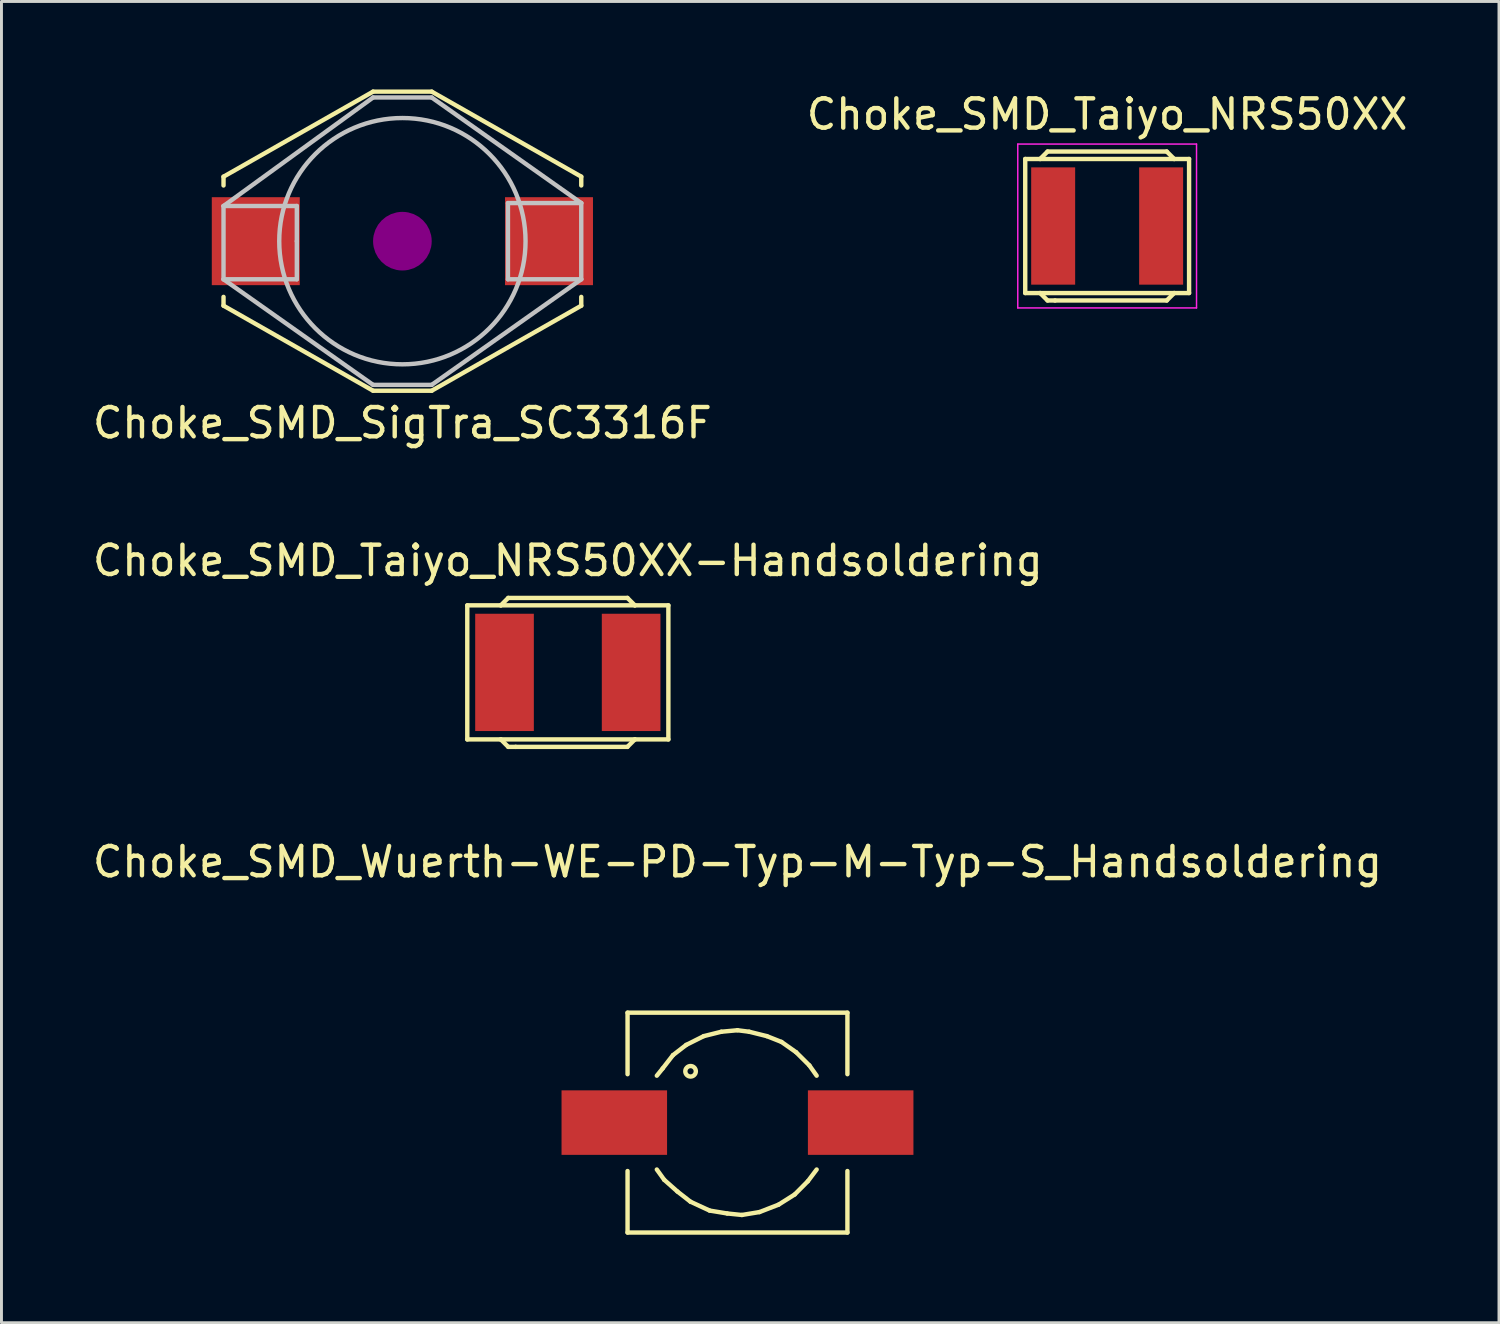
<source format=kicad_pcb>
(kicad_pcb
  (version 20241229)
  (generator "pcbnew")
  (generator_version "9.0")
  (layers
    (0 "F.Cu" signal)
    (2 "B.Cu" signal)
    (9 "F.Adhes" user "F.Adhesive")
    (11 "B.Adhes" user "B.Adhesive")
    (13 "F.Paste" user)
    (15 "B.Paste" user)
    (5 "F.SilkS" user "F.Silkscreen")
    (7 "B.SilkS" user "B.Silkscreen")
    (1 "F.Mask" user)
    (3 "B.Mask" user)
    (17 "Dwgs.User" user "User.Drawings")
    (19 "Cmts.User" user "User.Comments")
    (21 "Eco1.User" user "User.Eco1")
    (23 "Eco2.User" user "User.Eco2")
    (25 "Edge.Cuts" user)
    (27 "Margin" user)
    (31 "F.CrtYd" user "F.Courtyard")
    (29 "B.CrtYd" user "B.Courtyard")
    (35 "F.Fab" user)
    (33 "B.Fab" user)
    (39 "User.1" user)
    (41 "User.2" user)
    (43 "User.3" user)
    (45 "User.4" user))
  (footprint "Choke_SMD_Taiyo_NRS50XX"
    (layer "F.Cu")
    (at 34.708 4.658)
    (property "Reference" "Choke_SMD_Taiyo_NRS50XX" (at 0 -3.81 0) (layer "F.SilkS") (effects (font (size 1 1) (thickness 0.15))))
    (attr smd)
    (fp_line (start -2.794 -2.286) (end -2.794 2.286) (stroke (width 0.15) (type solid)) (layer "F.SilkS"))
    (fp_line (start -2.794 2.286) (end -2.286 2.286) (stroke (width 0.15) (type solid)) (layer "F.SilkS"))
    (fp_line (start -2.286 -2.286) (end -2.794 -2.286) (stroke (width 0.15) (type solid)) (layer "F.SilkS"))
    (fp_line (start -2.286 -2.286) (end -2.032 -2.54) (stroke (width 0.15) (type solid)) (layer "F.SilkS"))
    (fp_line (start -2.286 -2.286) (end 2.286 -2.286) (stroke (width 0.15) (type solid)) (layer "F.SilkS"))
    (fp_line (start -2.286 2.286) (end 2.286 2.286) (stroke (width 0.15) (type solid)) (layer "F.SilkS"))
    (fp_line (start -2.032 -2.54) (end 2.032 -2.54) (stroke (width 0.15) (type solid)) (layer "F.SilkS"))
    (fp_line (start -2.032 2.54) (end -2.286 2.286) (stroke (width 0.15) (type solid)) (layer "F.SilkS"))
    (fp_line (start -1.778 2.54) (end -2.032 2.54) (stroke (width 0.15) (type solid)) (layer "F.SilkS"))
    (fp_line (start 2.032 -2.54) (end 2.286 -2.286) (stroke (width 0.15) (type solid)) (layer "F.SilkS"))
    (fp_line (start 2.032 2.54) (end -1.778 2.54) (stroke (width 0.15) (type solid)) (layer "F.SilkS"))
    (fp_line (start 2.286 -2.286) (end 2.794 -2.286) (stroke (width 0.15) (type solid)) (layer "F.SilkS"))
    (fp_line (start 2.286 2.286) (end 2.032 2.54) (stroke (width 0.15) (type solid)) (layer "F.SilkS"))
    (fp_line (start 2.794 -2.286) (end 2.794 2.286) (stroke (width 0.15) (type solid)) (layer "F.SilkS"))
    (fp_line (start 2.794 2.286) (end 2.286 2.286) (stroke (width 0.15) (type solid)) (layer "F.SilkS"))
    (fp_line (start -3.048 -2.794) (end 3.048 -2.794) (stroke (width 0.05) (type solid)) (layer "F.CrtYd"))
    (fp_line (start -3.048 2.794) (end -3.048 -2.794) (stroke (width 0.05) (type solid)) (layer "F.CrtYd"))
    (fp_line (start 3.048 -2.794) (end 3.048 2.794) (stroke (width 0.05) (type solid)) (layer "F.CrtYd"))
    (fp_line (start 3.048 2.794) (end -3.048 2.794) (stroke (width 0.05) (type solid)) (layer "F.CrtYd"))
    (pad "1" smd rect (at -1.841 0) (size 1.5 4) (layers "F.Cu" "F.Mask" "F.Paste"))
    (pad "2" smd rect (at 1.841 0) (size 1.5 4) (layers "F.Cu" "F.Mask" "F.Paste")))
  (footprint "Choke_SMD_Taiyo_NRS50XX-Handsoldering"
    (layer "F.Cu")
    (at 16.315 19.881)
    (property "Reference" "Choke_SMD_Taiyo_NRS50XX-Handsoldering" (at 0 -3.81 0) (layer "F.SilkS") (effects (font (size 1 1) (thickness 0.15))))
    (attr smd)
    (fp_line (start -3.429 -2.286) (end -3.429 2.286) (stroke (width 0.15) (type solid)) (layer "F.SilkS"))
    (fp_line (start -3.429 2.286) (end -2.286 2.286) (stroke (width 0.15) (type solid)) (layer "F.SilkS"))
    (fp_line (start -2.286 -2.286) (end -3.429 -2.286) (stroke (width 0.15) (type solid)) (layer "F.SilkS"))
    (fp_line (start -2.286 -2.286) (end -2.032 -2.54) (stroke (width 0.15) (type solid)) (layer "F.SilkS"))
    (fp_line (start -2.286 -2.286) (end 2.286 -2.286) (stroke (width 0.15) (type solid)) (layer "F.SilkS"))
    (fp_line (start -2.286 2.286) (end 2.286 2.286) (stroke (width 0.15) (type solid)) (layer "F.SilkS"))
    (fp_line (start -2.032 -2.54) (end 2.032 -2.54) (stroke (width 0.15) (type solid)) (layer "F.SilkS"))
    (fp_line (start -2.032 2.54) (end -2.286 2.286) (stroke (width 0.15) (type solid)) (layer "F.SilkS"))
    (fp_line (start -1.778 2.54) (end -2.032 2.54) (stroke (width 0.15) (type solid)) (layer "F.SilkS"))
    (fp_line (start 2.032 -2.54) (end 2.286 -2.286) (stroke (width 0.15) (type solid)) (layer "F.SilkS"))
    (fp_line (start 2.032 2.54) (end -1.778 2.54) (stroke (width 0.15) (type solid)) (layer "F.SilkS"))
    (fp_line (start 2.286 -2.286) (end 3.429 -2.286) (stroke (width 0.15) (type solid)) (layer "F.SilkS"))
    (fp_line (start 2.286 2.286) (end 2.032 2.54) (stroke (width 0.15) (type solid)) (layer "F.SilkS"))
    (fp_line (start 3.429 -2.286) (end 3.429 2.286) (stroke (width 0.15) (type solid)) (layer "F.SilkS"))
    (fp_line (start 3.429 2.286) (end 2.286 2.286) (stroke (width 0.15) (type solid)) (layer "F.SilkS"))
    (pad "1" smd rect (at -2.159 0) (size 2 4) (layers "F.Cu" "F.Mask" "F.Paste"))
    (pad "2" smd rect (at 2.159 0) (size 2 4) (layers "F.Cu" "F.Mask" "F.Paste")))
  (footprint "Choke_SMD_Wuerth-WE-PD-Typ-M-Typ-S_Handsoldering"
    (layer "F.Cu")
    (at 22.101 35.235)
    (property "Reference" "Choke_SMD_Wuerth-WE-PD-Typ-M-Typ-S_Handsoldering" (at 0 -8.89 0) (layer "F.SilkS") (effects (font (size 1 1) (thickness 0.15))))
    (attr smd)
    (fp_line (start -3.749 -3.749) (end -3.749 -1.651) (stroke (width 0.15) (type solid)) (layer "F.SilkS"))
    (fp_line (start -3.749 1.651) (end -3.749 3.749) (stroke (width 0.15) (type solid)) (layer "F.SilkS"))
    (fp_line (start -3.749 3.749) (end 3.749 3.749) (stroke (width 0.15) (type solid)) (layer "F.SilkS"))
    (fp_line (start -2.751 1.6) (end -2.499 1.951) (stroke (width 0.15) (type solid)) (layer "F.SilkS"))
    (fp_line (start -2.55 -1.849) (end -2.751 -1.6) (stroke (width 0.15) (type solid)) (layer "F.SilkS"))
    (fp_line (start -2.499 1.951) (end -2.05 2.349) (stroke (width 0.15) (type solid)) (layer "F.SilkS"))
    (fp_line (start -2.2 -2.301) (end -2.55 -1.849) (stroke (width 0.15) (type solid)) (layer "F.SilkS"))
    (fp_line (start -2.05 2.349) (end -1.6 2.7) (stroke (width 0.15) (type solid)) (layer "F.SilkS"))
    (fp_line (start -1.75 -2.649) (end -2.2 -2.301) (stroke (width 0.15) (type solid)) (layer "F.SilkS"))
    (fp_line (start -1.6 2.7) (end -0.95 3) (stroke (width 0.15) (type solid)) (layer "F.SilkS"))
    (fp_line (start -1.151 -2.949) (end -1.75 -2.649) (stroke (width 0.15) (type solid)) (layer "F.SilkS"))
    (fp_line (start -0.95 3) (end -0.351 3.099) (stroke (width 0.15) (type solid)) (layer "F.SilkS"))
    (fp_line (start -0.551 -3.099) (end -1.151 -2.949) (stroke (width 0.15) (type solid)) (layer "F.SilkS"))
    (fp_line (start -0.351 3.099) (end 0.15 3.15) (stroke (width 0.15) (type solid)) (layer "F.SilkS"))
    (fp_line (start 0 -3.15) (end -0.551 -3.099) (stroke (width 0.15) (type solid)) (layer "F.SilkS"))
    (fp_line (start 0.15 3.15) (end 0.749 3.051) (stroke (width 0.15) (type solid)) (layer "F.SilkS"))
    (fp_line (start 0.399 -3.099) (end 0 -3.15) (stroke (width 0.15) (type solid)) (layer "F.SilkS"))
    (fp_line (start 0.749 3.051) (end 1.4 2.799) (stroke (width 0.15) (type solid)) (layer "F.SilkS"))
    (fp_line (start 1.001 -2.949) (end 0.399 -3.099) (stroke (width 0.15) (type solid)) (layer "F.SilkS"))
    (fp_line (start 1.4 2.799) (end 1.951 2.451) (stroke (width 0.15) (type solid)) (layer "F.SilkS"))
    (fp_line (start 1.501 -2.751) (end 1.001 -2.949) (stroke (width 0.15) (type solid)) (layer "F.SilkS"))
    (fp_line (start 1.951 2.451) (end 2.4 1.999) (stroke (width 0.15) (type solid)) (layer "F.SilkS"))
    (fp_line (start 1.999 -2.4) (end 1.501 -2.751) (stroke (width 0.15) (type solid)) (layer "F.SilkS"))
    (fp_line (start 2.4 1.999) (end 2.7 1.6) (stroke (width 0.15) (type solid)) (layer "F.SilkS"))
    (fp_line (start 2.451 -1.951) (end 1.999 -2.4) (stroke (width 0.15) (type solid)) (layer "F.SilkS"))
    (fp_line (start 2.7 -1.6) (end 2.451 -1.951) (stroke (width 0.15) (type solid)) (layer "F.SilkS"))
    (fp_line (start 3.749 -3.749) (end -3.749 -3.749) (stroke (width 0.15) (type solid)) (layer "F.SilkS"))
    (fp_line (start 3.749 -3.749) (end 3.749 -1.651) (stroke (width 0.15) (type solid)) (layer "F.SilkS"))
    (fp_line (start 3.749 3.749) (end 3.749 1.651) (stroke (width 0.15) (type solid)) (layer "F.SilkS"))
    (fp_circle (center -1.6 -1.75) (end -1.501 -1.6) (stroke (width 0.15) (type solid)) (fill no) (layer "F.SilkS"))
    (pad "1" smd rect (at -4.201 0) (size 3.599 2.2) (layers "F.Cu" "F.Mask" "F.Paste"))
    (pad "2" smd rect (at 4.201 0) (size 3.599 2.2) (layers "F.Cu" "F.Mask" "F.Paste")))
  (footprint "Choke_SMD_SigTra_SC3316F"
    (layer "F.Cu")
    (at 10.673 5.175)
    (property "Reference" "Choke_SMD_SigTra_SC3316F" (at 0 6.2 0) (layer "F.SilkS") (effects (font (size 1 1) (thickness 0.15))))
    (attr through_hole)
    (fp_line (start -6.1 -2.2) (end -1 -5.1) (stroke (width 0.15) (type solid)) (layer "F.SilkS"))
    (fp_line (start -6.1 -1.9) (end -6.1 -2.2) (stroke (width 0.15) (type solid)) (layer "F.SilkS"))
    (fp_line (start -6.1 1.9) (end -6.1 2.2) (stroke (width 0.15) (type solid)) (layer "F.SilkS"))
    (fp_line (start -6.1 2.2) (end -1 5.1) (stroke (width 0.15) (type solid)) (layer "F.SilkS"))
    (fp_line (start 1 -5.1) (end -1 -5.1) (stroke (width 0.15) (type solid)) (layer "F.SilkS"))
    (fp_line (start 1 5.1) (end -1 5.1) (stroke (width 0.15) (type solid)) (layer "F.SilkS"))
    (fp_line (start 6.1 -2.2) (end 1 -5.1) (stroke (width 0.15) (type solid)) (layer "F.SilkS"))
    (fp_line (start 6.1 -1.9) (end 6.1 -2.2) (stroke (width 0.15) (type solid)) (layer "F.SilkS"))
    (fp_line (start 6.1 1.9) (end 6.1 2.2) (stroke (width 0.15) (type solid)) (layer "F.SilkS"))
    (fp_line (start 6.1 2.2) (end 1 5.1) (stroke (width 0.15) (type solid)) (layer "F.SilkS"))
    (fp_circle (center 0 0) (end 0.5 0) (stroke (width 1) (type solid)) (fill no) (layer "F.Adhes"))
    (fp_line (start -6.1 -1.2) (end -3.6 -1.2) (stroke (width 0.15) (type solid)) (layer "Dwgs.User"))
    (fp_line (start -6.1 1.3) (end -6.1 -1.2) (stroke (width 0.15) (type solid)) (layer "Dwgs.User"))
    (fp_line (start -3.6 -1.2) (end -3.6 0) (stroke (width 0.15) (type solid)) (layer "Dwgs.User"))
    (fp_line (start -3.6 0) (end -3.6 1.3) (stroke (width 0.15) (type solid)) (layer "Dwgs.User"))
    (fp_line (start -3.6 1.3) (end -6.1 1.3) (stroke (width 0.15) (type solid)) (layer "Dwgs.User"))
    (fp_line (start -1 -4.9) (end -6.1 -1.2) (stroke (width 0.15) (type solid)) (layer "Dwgs.User"))
    (fp_line (start -1 4.9) (end -6.1 1.3) (stroke (width 0.15) (type solid)) (layer "Dwgs.User"))
    (fp_line (start 1 -4.9) (end -1 -4.9) (stroke (width 0.15) (type solid)) (layer "Dwgs.User"))
    (fp_line (start 1 -4.9) (end 6.1 -1.3) (stroke (width 0.15) (type solid)) (layer "Dwgs.User"))
    (fp_line (start 1 4.9) (end -1 4.9) (stroke (width 0.15) (type solid)) (layer "Dwgs.User"))
    (fp_line (start 3.6 -1.3) (end 6.1 -1.3) (stroke (width 0.15) (type solid)) (layer "Dwgs.User"))
    (fp_line (start 3.6 1.3) (end 3.6 -1.3) (stroke (width 0.15) (type solid)) (layer "Dwgs.User"))
    (fp_line (start 6.1 -1.3) (end 6.1 1.3) (stroke (width 0.15) (type solid)) (layer "Dwgs.User"))
    (fp_line (start 6.1 1.3) (end 1 4.9) (stroke (width 0.15) (type solid)) (layer "Dwgs.User"))
    (fp_line (start 6.1 1.3) (end 3.6 1.3) (stroke (width 0.15) (type solid)) (layer "Dwgs.User"))
    (fp_circle (center 0 0) (end 4.2 0) (stroke (width 0.15) (type solid)) (fill no) (layer "Dwgs.User"))
    (pad "1" smd rect (at -5 0) (size 3 3) (layers "F.Cu" "F.Mask" "F.Paste"))
    (pad "2" smd rect (at 5 0) (size 3 3) (layers "F.Cu" "F.Mask" "F.Paste")))
  (gr_rect
    (start -3 -3)
    (end 48.071 42.059)
    (stroke (width 0.1) (type default))
    (fill no)
    (layer "Edge.Cuts")))
</source>
